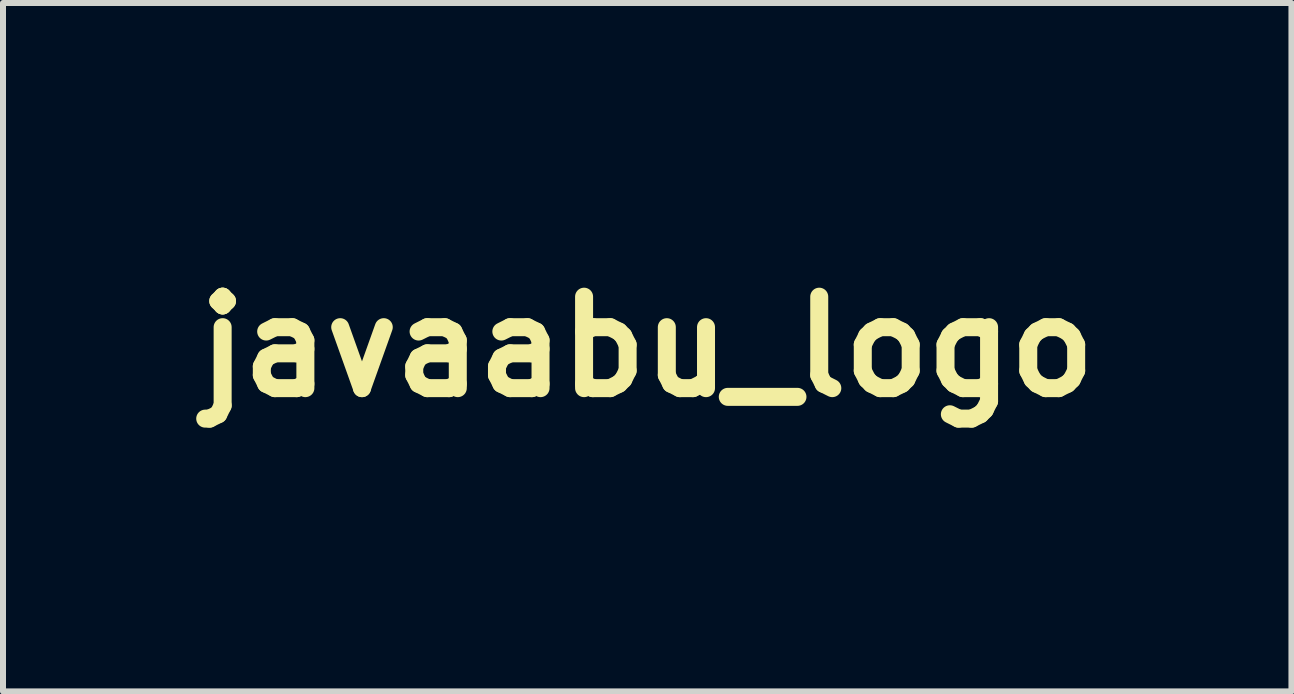
<source format=kicad_pcb>
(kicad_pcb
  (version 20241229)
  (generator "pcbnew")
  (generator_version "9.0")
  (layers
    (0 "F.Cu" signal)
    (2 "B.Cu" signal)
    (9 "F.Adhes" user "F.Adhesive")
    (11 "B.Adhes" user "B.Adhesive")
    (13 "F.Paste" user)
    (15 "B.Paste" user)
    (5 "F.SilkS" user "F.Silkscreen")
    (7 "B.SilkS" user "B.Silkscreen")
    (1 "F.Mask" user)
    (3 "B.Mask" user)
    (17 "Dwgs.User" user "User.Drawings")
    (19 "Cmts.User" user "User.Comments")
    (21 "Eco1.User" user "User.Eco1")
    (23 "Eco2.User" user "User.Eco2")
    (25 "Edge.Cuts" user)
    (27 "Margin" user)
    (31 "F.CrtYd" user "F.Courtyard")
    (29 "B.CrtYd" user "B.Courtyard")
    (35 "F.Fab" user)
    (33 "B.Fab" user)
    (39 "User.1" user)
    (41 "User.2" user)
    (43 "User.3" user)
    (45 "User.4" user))
  (footprint "javaabu_logo"
    (layer "F.Cu")
    (at 7.736 2.729)
    (property "Reference" "javaabu_logo" (at 0 0 0) (layer "F.SilkS") (effects (font (size 1.524 1.524) (thickness 0.3))))
    (attr through_hole)
    (fp_poly (pts (xy 0.629 -0.066) (xy -0.663 -0.066) (xy -0.663 -0.652) (xy 0.629 -0.652) (xy 0.629 -0.066)) (stroke (width 0.01) (type solid)) (fill yes) (layer "F.Mask"))
    (fp_poly (pts (xy -0.87 2.602) (xy -0.867 2.617) (xy -0.875 2.634) (xy -0.885 2.639) (xy -0.893 2.63) (xy -0.895 2.617) (xy -0.889 2.598) (xy -0.876 2.597) (xy -0.87 2.602)) (stroke (width 0.01) (type solid)) (fill yes) (layer "F.Mask"))
    (fp_poly (pts (xy -0.712 2.33) (xy -0.712 2.348) (xy -0.715 2.354) (xy -0.729 2.358) (xy -0.734 2.352) (xy -0.735 2.334) (xy -0.731 2.328) (xy -0.718 2.324) (xy -0.712 2.33)) (stroke (width 0.01) (type solid)) (fill yes) (layer "F.Mask"))
    (fp_poly (pts (xy 0.496 1.943) (xy 0.497 1.948) (xy 0.488 1.963) (xy 0.474 1.966) (xy 0.457 1.96) (xy 0.456 1.952) (xy 0.467 1.938) (xy 0.484 1.935) (xy 0.496 1.943)) (stroke (width 0.01) (type solid)) (fill yes) (layer "F.Mask"))
    (fp_poly (pts (xy 0.904 2.604) (xy 0.906 2.611) (xy 0.899 2.629) (xy 0.886 2.635) (xy 0.879 2.632) (xy 0.872 2.614) (xy 0.879 2.599) (xy 0.889 2.595) (xy 0.904 2.604)) (stroke (width 0.01) (type solid)) (fill yes) (layer "F.Mask"))
    (fp_poly (pts (xy -1.916 0.26) (xy -1.905 0.277) (xy -1.906 0.304) (xy -1.922 0.325) (xy -1.944 0.331) (xy -1.967 0.323) (xy -1.976 0.315) (xy -1.986 0.29) (xy -1.977 0.268) (xy -1.954 0.255) (xy -1.944 0.254) (xy -1.916 0.26)) (stroke (width 0.01) (type solid)) (fill yes) (layer "F.Mask"))
    (fp_poly (pts (xy -1.222 2.02) (xy -1.217 2.032) (xy -1.225 2.046) (xy -1.248 2.063) (xy -1.289 2.087) (xy -1.333 2.109) (xy -1.361 2.119) (xy -1.376 2.117) (xy -1.38 2.105) (xy -1.371 2.092) (xy -1.348 2.074) (xy -1.316 2.055) (xy -1.282 2.037) (xy -1.251 2.024) (xy -1.229 2.019) (xy -1.222 2.02)) (stroke (width 0.01) (type solid)) (fill yes) (layer "F.Mask"))
    (fp_poly (pts (xy 1.374 1.521) (xy 1.38 1.535) (xy 1.371 1.551) (xy 1.343 1.572) (xy 1.316 1.588) (xy 1.267 1.612) (xy 1.234 1.622) (xy 1.217 1.618) (xy 1.215 1.61) (xy 1.224 1.599) (xy 1.247 1.582) (xy 1.278 1.562) (xy 1.312 1.544) (xy 1.343 1.529) (xy 1.366 1.521) (xy 1.374 1.521)) (stroke (width 0.01) (type solid)) (fill yes) (layer "F.Mask"))
    (fp_poly (pts (xy -1.51 2.02) (xy -1.504 2.031) (xy -1.511 2.045) (xy -1.533 2.062) (xy -1.573 2.086) (xy -1.574 2.086) (xy -1.62 2.11) (xy -1.65 2.119) (xy -1.665 2.115) (xy -1.667 2.107) (xy -1.658 2.094) (xy -1.635 2.076) (xy -1.604 2.057) (xy -1.57 2.038) (xy -1.539 2.024) (xy -1.517 2.018) (xy -1.51 2.02)) (stroke (width 0.01) (type solid)) (fill yes) (layer "F.Mask"))
    (fp_poly (pts (xy 0.254 1.574) (xy 0.259 1.587) (xy 0.244 1.605) (xy 0.207 1.629) (xy 0.175 1.646) (xy 0.137 1.665) (xy 0.114 1.675) (xy 0.103 1.676) (xy 0.1 1.669) (xy 0.099 1.659) (xy 0.109 1.645) (xy 0.133 1.626) (xy 0.165 1.606) (xy 0.199 1.588) (xy 0.23 1.576) (xy 0.251 1.573) (xy 0.254 1.574)) (stroke (width 0.01) (type solid)) (fill yes) (layer "F.Mask"))
    (fp_poly (pts (xy 1.407 1.579) (xy 1.411 1.591) (xy 1.4 1.605) (xy 1.374 1.624) (xy 1.328 1.649) (xy 1.323 1.652) (xy 1.284 1.67) (xy 1.261 1.677) (xy 1.25 1.674) (xy 1.248 1.663) (xy 1.257 1.649) (xy 1.28 1.631) (xy 1.312 1.611) (xy 1.347 1.594) (xy 1.378 1.582) (xy 1.401 1.577) (xy 1.407 1.579)) (stroke (width 0.01) (type solid)) (fill yes) (layer "F.Mask"))
    (fp_poly (pts (xy -0.72 2.564) (xy -0.72 2.628) (xy -0.72 2.673) (xy -0.722 2.703) (xy -0.725 2.721) (xy -0.731 2.73) (xy -0.735 2.732) (xy -0.755 2.738) (xy -0.762 2.734) (xy -0.762 2.729) (xy -0.754 2.715) (xy -0.746 2.706) (xy -0.739 2.694) (xy -0.733 2.672) (xy -0.73 2.635) (xy -0.727 2.581) (xy -0.726 2.547) (xy -0.723 2.402) (xy -0.72 2.564)) (stroke (width 0.01) (type solid)) (fill yes) (layer "F.Mask"))
    (fp_poly (pts (xy 1.644 1.575) (xy 1.645 1.584) (xy 1.637 1.595) (xy 1.614 1.613) (xy 1.582 1.633) (xy 1.548 1.653) (xy 1.517 1.669) (xy 1.495 1.678) (xy 1.49 1.679) (xy 1.482 1.669) (xy 1.48 1.657) (xy 1.484 1.639) (xy 1.49 1.634) (xy 1.505 1.629) (xy 1.532 1.616) (xy 1.557 1.601) (xy 1.601 1.578) (xy 1.629 1.569) (xy 1.644 1.575)) (stroke (width 0.01) (type solid)) (fill yes) (layer "F.Mask"))
    (fp_poly (pts (xy -0.109 2.019) (xy -0.106 2.021) (xy -0.102 2.033) (xy -0.113 2.047) (xy -0.139 2.066) (xy -0.185 2.091) (xy -0.19 2.094) (xy -0.227 2.112) (xy -0.25 2.119) (xy -0.264 2.117) (xy -0.271 2.109) (xy -0.275 2.102) (xy -0.275 2.097) (xy -0.268 2.091) (xy -0.251 2.081) (xy -0.22 2.063) (xy -0.194 2.05) (xy -0.152 2.028) (xy -0.125 2.018) (xy -0.109 2.019)) (stroke (width 0.01) (type solid)) (fill yes) (layer "F.Mask"))
    (fp_poly (pts (xy 1.076 1.552) (xy 1.097 1.568) (xy 1.103 1.592) (xy 1.093 1.619) (xy 1.067 1.646) (xy 1.049 1.656) (xy 1.016 1.672) (xy 0.995 1.678) (xy 0.983 1.674) (xy 0.979 1.671) (xy 0.972 1.658) (xy 0.981 1.644) (xy 1.008 1.627) (xy 1.019 1.621) (xy 1.066 1.597) (xy 1.033 1.591) (xy 1.006 1.581) (xy 0.999 1.567) (xy 1.012 1.555) (xy 1.039 1.548) (xy 1.076 1.552)) (stroke (width 0.01) (type solid)) (fill yes) (layer "F.Mask"))
    (fp_poly (pts (xy -1.738 1.551) (xy -1.728 1.557) (xy -1.731 1.569) (xy -1.749 1.588) (xy -1.771 1.614) (xy -1.776 1.628) (xy -1.763 1.634) (xy -1.745 1.634) (xy -1.721 1.64) (xy -1.711 1.653) (xy -1.719 1.667) (xy -1.729 1.672) (xy -1.756 1.678) (xy -1.786 1.671) (xy -1.798 1.667) (xy -1.82 1.653) (xy -1.829 1.641) (xy -1.828 1.616) (xy -1.812 1.589) (xy -1.788 1.565) (xy -1.76 1.551) (xy -1.738 1.551)) (stroke (width 0.01) (type solid)) (fill yes) (layer "F.Mask"))
    (fp_poly (pts (xy -0.328 1.556) (xy -0.323 1.568) (xy -0.333 1.583) (xy -0.345 1.592) (xy -0.369 1.613) (xy -0.373 1.627) (xy -0.356 1.634) (xy -0.342 1.634) (xy -0.318 1.64) (xy -0.309 1.653) (xy -0.317 1.667) (xy -0.327 1.672) (xy -0.355 1.678) (xy -0.386 1.671) (xy -0.394 1.668) (xy -0.419 1.652) (xy -0.425 1.632) (xy -0.414 1.601) (xy -0.414 1.601) (xy -0.392 1.572) (xy -0.366 1.553) (xy -0.341 1.549) (xy -0.328 1.556)) (stroke (width 0.01) (type solid)) (fill yes) (layer "F.Mask"))
    (fp_poly (pts (xy 1.248 -0.577) (xy 1.248 -0.49) (xy 1.247 -0.422) (xy 1.246 -0.37) (xy 1.245 -0.332) (xy 1.242 -0.303) (xy 1.238 -0.281) (xy 1.233 -0.263) (xy 1.226 -0.246) (xy 1.222 -0.237) (xy 1.197 -0.196) (xy 1.164 -0.155) (xy 1.148 -0.14) (xy 1.112 -0.113) (xy 1.074 -0.094) (xy 1.03 -0.08) (xy 0.976 -0.072) (xy 0.907 -0.067) (xy 0.832 -0.066) (xy 0.674 -0.066) (xy 0.674 -0.861) (xy 1.248 -0.861) (xy 1.248 -0.577)) (stroke (width 0.01) (type solid)) (fill yes) (layer "F.Mask"))
    (fp_poly (pts (xy 1.121 2.402) (xy 1.125 2.413) (xy 1.114 2.421) (xy 1.104 2.421) (xy 1.08 2.426) (xy 1.064 2.452) (xy 1.056 2.496) (xy 1.055 2.518) (xy 1.059 2.568) (xy 1.072 2.6) (xy 1.095 2.615) (xy 1.112 2.617) (xy 1.13 2.621) (xy 1.132 2.628) (xy 1.114 2.639) (xy 1.088 2.635) (xy 1.063 2.62) (xy 1.061 2.618) (xy 1.039 2.583) (xy 1.03 2.537) (xy 1.031 2.487) (xy 1.044 2.443) (xy 1.061 2.417) (xy 1.082 2.404) (xy 1.104 2.399) (xy 1.121 2.402)) (stroke (width 0.01) (type solid)) (fill yes) (layer "F.Mask"))
    (fp_poly (pts (xy -0.593 1.552) (xy -0.571 1.569) (xy -0.563 1.599) (xy -0.573 1.628) (xy -0.596 1.653) (xy -0.629 1.671) (xy -0.666 1.678) (xy -0.703 1.672) (xy -0.704 1.671) (xy -0.714 1.657) (xy -0.718 1.634) (xy -0.715 1.623) (xy -0.674 1.623) (xy -0.665 1.633) (xy -0.647 1.633) (xy -0.626 1.625) (xy -0.618 1.618) (xy -0.61 1.601) (xy -0.611 1.594) (xy -0.626 1.592) (xy -0.647 1.6) (xy -0.667 1.612) (xy -0.674 1.623) (xy -0.715 1.623) (xy -0.709 1.603) (xy -0.687 1.577) (xy -0.656 1.558) (xy -0.623 1.549) (xy -0.593 1.552)) (stroke (width 0.01) (type solid)) (fill yes) (layer "F.Mask"))
    (fp_poly (pts (xy -0.03 1.773) (xy -0.023 1.801) (xy -0.031 1.844) (xy -0.037 1.86) (xy -0.055 1.89) (xy -0.076 1.899) (xy -0.077 1.899) (xy -0.094 1.896) (xy -0.098 1.882) (xy -0.088 1.855) (xy -0.082 1.843) (xy -0.065 1.809) (xy -0.112 1.842) (xy -0.156 1.87) (xy -0.196 1.892) (xy -0.227 1.907) (xy -0.242 1.911) (xy -0.257 1.902) (xy -0.26 1.899) (xy -0.262 1.884) (xy -0.249 1.868) (xy -0.217 1.848) (xy -0.206 1.843) (xy -0.167 1.82) (xy -0.127 1.793) (xy -0.119 1.787) (xy -0.08 1.763) (xy -0.05 1.759) (xy -0.03 1.773)) (stroke (width 0.01) (type solid)) (fill yes) (layer "F.Mask"))
    (fp_poly (pts (xy -1.986 1.553) (xy -1.969 1.576) (xy -1.966 1.597) (xy -1.97 1.626) (xy -1.986 1.646) (xy -2.002 1.657) (xy -2.047 1.675) (xy -2.091 1.676) (xy -2.107 1.671) (xy -2.12 1.656) (xy -2.12 1.63) (xy -2.117 1.623) (xy -2.076 1.623) (xy -2.068 1.633) (xy -2.049 1.633) (xy -2.029 1.625) (xy -2.021 1.618) (xy -2.012 1.601) (xy -2.014 1.594) (xy -2.028 1.592) (xy -2.05 1.6) (xy -2.069 1.612) (xy -2.076 1.623) (xy -2.117 1.623) (xy -2.108 1.601) (xy -2.087 1.575) (xy -2.086 1.575) (xy -2.049 1.552) (xy -2.014 1.545) (xy -1.986 1.553)) (stroke (width 0.01) (type solid)) (fill yes) (layer "F.Mask"))
    (fp_poly (pts (xy -0.239 2.408) (xy -0.239 2.42) (xy -0.244 2.449) (xy -0.252 2.489) (xy -0.259 2.518) (xy -0.274 2.575) (xy -0.287 2.61) (xy -0.299 2.624) (xy -0.31 2.616) (xy -0.323 2.586) (xy -0.337 2.534) (xy -0.34 2.522) (xy -0.35 2.476) (xy -0.356 2.439) (xy -0.359 2.415) (xy -0.358 2.409) (xy -0.349 2.41) (xy -0.338 2.431) (xy -0.327 2.474) (xy -0.321 2.502) (xy -0.313 2.538) (xy -0.305 2.564) (xy -0.299 2.573) (xy -0.293 2.563) (xy -0.285 2.537) (xy -0.277 2.504) (xy -0.266 2.453) (xy -0.254 2.42) (xy -0.244 2.407) (xy -0.239 2.408)) (stroke (width 0.01) (type solid)) (fill yes) (layer "F.Mask"))
    (fp_poly (pts (xy 0.596 1.553) (xy 0.615 1.572) (xy 0.616 1.6) (xy 0.599 1.632) (xy 0.586 1.646) (xy 0.553 1.67) (xy 0.518 1.68) (xy 0.486 1.676) (xy 0.464 1.657) (xy 0.464 1.656) (xy 0.457 1.629) (xy 0.457 1.623) (xy 0.508 1.623) (xy 0.513 1.633) (xy 0.532 1.632) (xy 0.553 1.623) (xy 0.57 1.61) (xy 0.574 1.601) (xy 0.566 1.592) (xy 0.547 1.591) (xy 0.527 1.599) (xy 0.521 1.604) (xy 0.508 1.623) (xy 0.457 1.623) (xy 0.458 1.612) (xy 0.476 1.586) (xy 0.507 1.562) (xy 0.543 1.548) (xy 0.56 1.546) (xy 0.596 1.553)) (stroke (width 0.01) (type solid)) (fill yes) (layer "F.Mask"))
    (fp_poly (pts (xy -2.079 1.766) (xy -2.078 1.777) (xy -2.073 1.8) (xy -2.06 1.816) (xy -2.045 1.829) (xy -2.046 1.839) (xy -2.063 1.855) (xy -2.063 1.855) (xy -2.078 1.871) (xy -2.077 1.881) (xy -2.056 1.887) (xy -2.032 1.891) (xy -2.011 1.899) (xy -2.004 1.911) (xy -2.014 1.924) (xy -2.042 1.929) (xy -2.083 1.926) (xy -2.087 1.925) (xy -2.132 1.917) (xy -2.158 1.907) (xy -2.165 1.894) (xy -2.155 1.876) (xy -2.141 1.86) (xy -2.118 1.835) (xy -2.141 1.828) (xy -2.161 1.816) (xy -2.16 1.799) (xy -2.14 1.777) (xy -2.112 1.76) (xy -2.09 1.757) (xy -2.079 1.766)) (stroke (width 0.01) (type solid)) (fill yes) (layer "F.Mask"))
    (fp_poly (pts (xy -1.273 -1.309) (xy -1.245 -1.293) (xy -1.203 -1.27) (xy -1.149 -1.239) (xy -1.085 -1.203) (xy -1.015 -1.163) (xy -0.994 -1.15) (xy -0.712 -0.987) (xy -0.709 -0.527) (xy -0.707 -0.066) (xy -0.875 -0.067) (xy -0.937 -0.068) (xy -0.993 -0.07) (xy -1.039 -0.073) (xy -1.071 -0.077) (xy -1.078 -0.078) (xy -1.14 -0.106) (xy -1.197 -0.15) (xy -1.243 -0.204) (xy -1.253 -0.221) (xy -1.287 -0.282) (xy -1.29 -0.798) (xy -1.29 -0.902) (xy -1.29 -1) (xy -1.29 -1.088) (xy -1.289 -1.164) (xy -1.288 -1.228) (xy -1.287 -1.275) (xy -1.286 -1.304) (xy -1.284 -1.314) (xy -1.273 -1.309)) (stroke (width 0.01) (type solid)) (fill yes) (layer "F.Mask"))
    (fp_poly (pts (xy -1.446 1.751) (xy -1.418 1.762) (xy -1.404 1.782) (xy -1.404 1.782) (xy -1.408 1.804) (xy -1.427 1.828) (xy -1.463 1.856) (xy -1.518 1.889) (xy -1.564 1.914) (xy -1.595 1.927) (xy -1.614 1.931) (xy -1.626 1.925) (xy -1.631 1.915) (xy -1.632 1.898) (xy -1.619 1.884) (xy -1.589 1.871) (xy -1.579 1.868) (xy -1.544 1.854) (xy -1.51 1.836) (xy -1.483 1.818) (xy -1.469 1.804) (xy -1.469 1.801) (xy -1.478 1.796) (xy -1.503 1.796) (xy -1.514 1.797) (xy -1.543 1.8) (xy -1.555 1.796) (xy -1.556 1.785) (xy -1.555 1.782) (xy -1.542 1.763) (xy -1.514 1.751) (xy -1.48 1.747) (xy -1.446 1.751)) (stroke (width 0.01) (type solid)) (fill yes) (layer "F.Mask"))
    (fp_poly (pts (xy 2.057 1.671) (xy 2.081 1.679) (xy 2.086 1.682) (xy 2.093 1.699) (xy 2.082 1.706) (xy 2.05 1.706) (xy 2.037 1.704) (xy 2.004 1.702) (xy 1.981 1.71) (xy 1.967 1.721) (xy 1.948 1.755) (xy 1.946 1.795) (xy 1.962 1.832) (xy 1.976 1.848) (xy 1.993 1.854) (xy 2.022 1.853) (xy 2.033 1.852) (xy 2.065 1.85) (xy 2.087 1.852) (xy 2.092 1.855) (xy 2.091 1.869) (xy 2.074 1.881) (xy 2.046 1.891) (xy 2.014 1.895) (xy 1.984 1.893) (xy 1.971 1.89) (xy 1.933 1.863) (xy 1.911 1.822) (xy 1.905 1.776) (xy 1.913 1.726) (xy 1.936 1.692) (xy 1.975 1.673) (xy 2.02 1.668) (xy 2.057 1.671)) (stroke (width 0.01) (type solid)) (fill yes) (layer "F.Mask"))
    (fp_poly (pts (xy 0.291 1.753) (xy 0.298 1.767) (xy 0.289 1.779) (xy 0.268 1.793) (xy 0.263 1.796) (xy 0.241 1.808) (xy 0.238 1.817) (xy 0.246 1.824) (xy 0.258 1.84) (xy 0.257 1.851) (xy 0.247 1.862) (xy 0.225 1.864) (xy 0.208 1.862) (xy 0.181 1.86) (xy 0.156 1.866) (xy 0.127 1.883) (xy 0.113 1.893) (xy 0.068 1.922) (xy 0.035 1.937) (xy 0.012 1.937) (xy 0.002 1.93) (xy -0.005 1.916) (xy 0.001 1.902) (xy 0.023 1.886) (xy 0.061 1.866) (xy 0.099 1.843) (xy 0.117 1.821) (xy 0.119 1.814) (xy 0.127 1.795) (xy 0.148 1.789) (xy 0.156 1.789) (xy 0.187 1.784) (xy 0.223 1.771) (xy 0.233 1.767) (xy 0.269 1.752) (xy 0.291 1.753)) (stroke (width 0.01) (type solid)) (fill yes) (layer "F.Mask"))
    (fp_poly (pts (xy 0.364 -2.647) (xy 0.387 -2.63) (xy 0.42 -2.604) (xy 0.461 -2.57) (xy 0.507 -2.532) (xy 0.555 -2.491) (xy 0.602 -2.451) (xy 0.645 -2.413) (xy 0.682 -2.38) (xy 0.709 -2.355) (xy 0.71 -2.354) (xy 0.718 -2.344) (xy 0.719 -2.334) (xy 0.711 -2.322) (xy 0.689 -2.304) (xy 0.653 -2.276) (xy 0.644 -2.269) (xy 0.602 -2.238) (xy 0.562 -2.208) (xy 0.531 -2.185) (xy 0.522 -2.178) (xy 0.498 -2.162) (xy 0.485 -2.161) (xy 0.481 -2.166) (xy 0.474 -2.19) (xy 0.462 -2.229) (xy 0.449 -2.28) (xy 0.433 -2.338) (xy 0.417 -2.401) (xy 0.401 -2.463) (xy 0.385 -2.523) (xy 0.372 -2.575) (xy 0.363 -2.616) (xy 0.357 -2.643) (xy 0.356 -2.651) (xy 0.364 -2.647)) (stroke (width 0.01) (type solid)) (fill yes) (layer "F.Mask"))
    (fp_poly (pts (xy 1.334 1.758) (xy 1.354 1.776) (xy 1.358 1.801) (xy 1.344 1.829) (xy 1.333 1.841) (xy 1.306 1.862) (xy 1.269 1.886) (xy 1.227 1.911) (xy 1.186 1.933) (xy 1.152 1.948) (xy 1.13 1.955) (xy 1.129 1.955) (xy 1.108 1.948) (xy 1.104 1.935) (xy 1.113 1.918) (xy 1.142 1.9) (xy 1.165 1.889) (xy 1.198 1.875) (xy 1.215 1.864) (xy 1.218 1.853) (xy 1.214 1.842) (xy 1.208 1.811) (xy 1.264 1.811) (xy 1.267 1.821) (xy 1.274 1.822) (xy 1.293 1.816) (xy 1.298 1.811) (xy 1.295 1.802) (xy 1.288 1.8) (xy 1.269 1.807) (xy 1.264 1.811) (xy 1.208 1.811) (xy 1.208 1.811) (xy 1.221 1.782) (xy 1.252 1.761) (xy 1.262 1.757) (xy 1.303 1.75) (xy 1.334 1.758)) (stroke (width 0.01) (type solid)) (fill yes) (layer "F.Mask"))
    (fp_poly (pts (xy -0.333 1.758) (xy -0.314 1.776) (xy -0.309 1.801) (xy -0.323 1.829) (xy -0.334 1.841) (xy -0.36 1.861) (xy -0.397 1.885) (xy -0.439 1.909) (xy -0.48 1.931) (xy -0.515 1.947) (xy -0.538 1.955) (xy -0.54 1.955) (xy -0.56 1.947) (xy -0.563 1.935) (xy -0.554 1.918) (xy -0.526 1.9) (xy -0.503 1.889) (xy -0.469 1.875) (xy -0.453 1.864) (xy -0.449 1.853) (xy -0.454 1.842) (xy -0.458 1.819) (xy -0.405 1.819) (xy -0.395 1.822) (xy -0.394 1.822) (xy -0.375 1.816) (xy -0.37 1.812) (xy -0.369 1.799) (xy -0.38 1.795) (xy -0.395 1.803) (xy -0.398 1.806) (xy -0.405 1.819) (xy -0.458 1.819) (xy -0.46 1.811) (xy -0.446 1.782) (xy -0.416 1.761) (xy -0.405 1.757) (xy -0.365 1.75) (xy -0.333 1.758)) (stroke (width 0.01) (type solid)) (fill yes) (layer "F.Mask"))
    (fp_poly (pts (xy 0.527 1.764) (xy 0.529 1.781) (xy 0.519 1.795) (xy 0.514 1.808) (xy 0.521 1.819) (xy 0.529 1.835) (xy 0.519 1.848) (xy 0.5 1.869) (xy 0.49 1.883) (xy 0.474 1.9) (xy 0.444 1.922) (xy 0.406 1.947) (xy 0.365 1.969) (xy 0.328 1.987) (xy 0.307 1.994) (xy 0.281 1.996) (xy 0.27 1.984) (xy 0.269 1.96) (xy 0.282 1.945) (xy 0.291 1.944) (xy 0.307 1.939) (xy 0.336 1.928) (xy 0.362 1.916) (xy 0.396 1.899) (xy 0.412 1.886) (xy 0.416 1.873) (xy 0.414 1.866) (xy 0.413 1.846) (xy 0.43 1.837) (xy 0.45 1.827) (xy 0.449 1.813) (xy 0.44 1.803) (xy 0.437 1.792) (xy 0.453 1.778) (xy 0.462 1.773) (xy 0.49 1.761) (xy 0.512 1.756) (xy 0.513 1.756) (xy 0.527 1.764)) (stroke (width 0.01) (type solid)) (fill yes) (layer "F.Mask"))
    (fp_poly (pts (xy 0.734 2.418) (xy 0.738 2.447) (xy 0.74 2.492) (xy 0.74 2.517) (xy 0.74 2.568) (xy 0.738 2.6) (xy 0.734 2.618) (xy 0.728 2.625) (xy 0.721 2.627) (xy 0.694 2.63) (xy 0.678 2.634) (xy 0.65 2.632) (xy 0.637 2.623) (xy 0.627 2.608) (xy 0.622 2.584) (xy 0.619 2.546) (xy 0.618 2.506) (xy 0.62 2.459) (xy 0.623 2.425) (xy 0.628 2.409) (xy 0.629 2.407) (xy 0.635 2.418) (xy 0.639 2.446) (xy 0.64 2.488) (xy 0.641 2.495) (xy 0.641 2.549) (xy 0.645 2.585) (xy 0.652 2.606) (xy 0.663 2.616) (xy 0.674 2.617) (xy 0.695 2.61) (xy 0.708 2.588) (xy 0.716 2.548) (xy 0.718 2.491) (xy 0.719 2.449) (xy 0.723 2.42) (xy 0.728 2.408) (xy 0.729 2.407) (xy 0.734 2.418)) (stroke (width 0.01) (type solid)) (fill yes) (layer "F.Mask"))
    (fp_poly (pts (xy 1.321 2.401) (xy 1.349 2.418) (xy 1.363 2.431) (xy 1.371 2.449) (xy 1.374 2.476) (xy 1.375 2.518) (xy 1.374 2.561) (xy 1.37 2.588) (xy 1.362 2.605) (xy 1.349 2.618) (xy 1.316 2.637) (xy 1.286 2.634) (xy 1.263 2.616) (xy 1.25 2.588) (xy 1.242 2.547) (xy 1.241 2.502) (xy 1.262 2.502) (xy 1.262 2.531) (xy 1.271 2.575) (xy 1.286 2.604) (xy 1.305 2.616) (xy 1.326 2.609) (xy 1.344 2.584) (xy 1.356 2.547) (xy 1.357 2.507) (xy 1.35 2.469) (xy 1.336 2.44) (xy 1.316 2.425) (xy 1.309 2.424) (xy 1.286 2.434) (xy 1.269 2.461) (xy 1.262 2.502) (xy 1.241 2.502) (xy 1.241 2.5) (xy 1.247 2.457) (xy 1.259 2.425) (xy 1.263 2.42) (xy 1.291 2.4) (xy 1.321 2.401)) (stroke (width 0.01) (type solid)) (fill yes) (layer "F.Mask"))
    (fp_poly (pts (xy -1.173 1.762) (xy -1.165 1.775) (xy -1.166 1.782) (xy -1.165 1.792) (xy -1.148 1.793) (xy -1.144 1.792) (xy -1.119 1.79) (xy -1.114 1.798) (xy -1.126 1.814) (xy -1.156 1.838) (xy -1.202 1.868) (xy -1.245 1.894) (xy -1.293 1.922) (xy -1.334 1.945) (xy -1.364 1.963) (xy -1.379 1.972) (xy -1.381 1.972) (xy -1.394 1.97) (xy -1.405 1.965) (xy -1.417 1.949) (xy -1.415 1.931) (xy -1.4 1.922) (xy -1.397 1.922) (xy -1.38 1.917) (xy -1.352 1.904) (xy -1.318 1.888) (xy -1.286 1.87) (xy -1.261 1.854) (xy -1.248 1.844) (xy -1.248 1.842) (xy -1.257 1.835) (xy -1.276 1.833) (xy -1.298 1.829) (xy -1.301 1.818) (xy -1.285 1.803) (xy -1.267 1.794) (xy -1.237 1.779) (xy -1.214 1.766) (xy -1.214 1.765) (xy -1.192 1.758) (xy -1.173 1.762)) (stroke (width 0.01) (type solid)) (fill yes) (layer "F.Mask"))
    (fp_poly (pts (xy 0.493 -1.94) (xy 0.497 -1.928) (xy 0.506 -1.899) (xy 0.519 -1.855) (xy 0.534 -1.799) (xy 0.551 -1.736) (xy 0.57 -1.668) (xy 0.588 -1.6) (xy 0.606 -1.533) (xy 0.622 -1.472) (xy 0.635 -1.42) (xy 0.645 -1.381) (xy 0.651 -1.357) (xy 0.651 -1.352) (xy 0.643 -1.343) (xy 0.62 -1.323) (xy 0.587 -1.296) (xy 0.547 -1.264) (xy 0.504 -1.231) (xy 0.461 -1.199) (xy 0.422 -1.171) (xy 0.392 -1.15) (xy 0.372 -1.139) (xy 0.369 -1.138) (xy 0.357 -1.143) (xy 0.329 -1.158) (xy 0.286 -1.182) (xy 0.233 -1.212) (xy 0.17 -1.248) (xy 0.101 -1.288) (xy 0.091 -1.294) (xy -0.178 -1.45) (xy 0.155 -1.697) (xy 0.23 -1.753) (xy 0.3 -1.804) (xy 0.361 -1.849) (xy 0.414 -1.886) (xy 0.454 -1.915) (xy 0.481 -1.933) (xy 0.493 -1.94) (xy 0.493 -1.94)) (stroke (width 0.01) (type solid)) (fill yes) (layer "F.Mask"))
    (fp_poly (pts (xy 1.082 1.761) (xy 1.092 1.788) (xy 1.091 1.799) (xy 1.078 1.825) (xy 1.049 1.847) (xy 1.009 1.865) (xy 0.965 1.875) (xy 0.923 1.876) (xy 0.897 1.87) (xy 0.886 1.855) (xy 0.884 1.829) (xy 0.886 1.821) (xy 0.93 1.821) (xy 0.933 1.832) (xy 0.939 1.831) (xy 0.955 1.818) (xy 1.009 1.818) (xy 1.016 1.822) (xy 1.035 1.813) (xy 1.038 1.812) (xy 1.048 1.799) (xy 1.046 1.793) (xy 1.033 1.793) (xy 1.019 1.804) (xy 1.009 1.818) (xy 0.955 1.818) (xy 0.956 1.817) (xy 0.959 1.812) (xy 0.956 1.802) (xy 0.949 1.802) (xy 0.932 1.816) (xy 0.93 1.821) (xy 0.886 1.821) (xy 0.892 1.8) (xy 0.907 1.777) (xy 0.935 1.76) (xy 0.959 1.76) (xy 0.991 1.76) (xy 1.024 1.753) (xy 1.059 1.748) (xy 1.082 1.761)) (stroke (width 0.01) (type solid)) (fill yes) (layer "F.Mask"))
    (fp_poly (pts (xy 0.195 2.403) (xy 0.21 2.427) (xy 0.218 2.469) (xy 0.221 2.529) (xy 0.22 2.576) (xy 0.218 2.605) (xy 0.214 2.621) (xy 0.207 2.626) (xy 0.202 2.627) (xy 0.175 2.63) (xy 0.16 2.634) (xy 0.133 2.632) (xy 0.118 2.62) (xy 0.1 2.586) (xy 0.1 2.582) (xy 0.125 2.582) (xy 0.135 2.604) (xy 0.152 2.616) (xy 0.171 2.613) (xy 0.187 2.596) (xy 0.196 2.568) (xy 0.199 2.546) (xy 0.196 2.525) (xy 0.182 2.519) (xy 0.169 2.52) (xy 0.141 2.531) (xy 0.128 2.553) (xy 0.125 2.582) (xy 0.1 2.582) (xy 0.101 2.552) (xy 0.119 2.522) (xy 0.151 2.503) (xy 0.16 2.501) (xy 0.187 2.492) (xy 0.198 2.478) (xy 0.199 2.47) (xy 0.192 2.437) (xy 0.173 2.422) (xy 0.15 2.423) (xy 0.128 2.424) (xy 0.122 2.417) (xy 0.133 2.406) (xy 0.139 2.403) (xy 0.171 2.396) (xy 0.195 2.403)) (stroke (width 0.01) (type solid)) (fill yes) (layer "F.Mask"))
    (fp_poly (pts (xy -1.938 0.458) (xy -1.926 0.464) (xy -1.921 0.471) (xy -1.918 0.483) (xy -1.915 0.502) (xy -1.913 0.532) (xy -1.912 0.574) (xy -1.912 0.631) (xy -1.912 0.705) (xy -1.913 0.799) (xy -1.913 0.807) (xy -1.914 0.901) (xy -1.915 0.976) (xy -1.916 1.034) (xy -1.918 1.077) (xy -1.92 1.108) (xy -1.923 1.13) (xy -1.927 1.146) (xy -1.933 1.157) (xy -1.939 1.167) (xy -1.984 1.212) (xy -2.036 1.239) (xy -2.091 1.249) (xy -2.146 1.239) (xy -2.173 1.226) (xy -2.2 1.206) (xy -2.207 1.191) (xy -2.197 1.175) (xy -2.194 1.172) (xy -2.177 1.166) (xy -2.151 1.171) (xy -2.137 1.177) (xy -2.087 1.188) (xy -2.044 1.179) (xy -2.005 1.148) (xy -2.005 1.147) (xy -1.977 1.114) (xy -1.977 0.788) (xy -1.977 0.694) (xy -1.976 0.619) (xy -1.975 0.561) (xy -1.974 0.519) (xy -1.972 0.49) (xy -1.969 0.471) (xy -1.965 0.461) (xy -1.96 0.457) (xy -1.938 0.458)) (stroke (width 0.01) (type solid)) (fill yes) (layer "F.Mask"))
    (fp_poly (pts (xy 1.643 1.761) (xy 1.648 1.787) (xy 1.647 1.811) (xy 1.636 1.851) (xy 1.608 1.877) (xy 1.564 1.888) (xy 1.55 1.888) (xy 1.509 1.893) (xy 1.48 1.91) (xy 1.478 1.912) (xy 1.462 1.93) (xy 1.462 1.94) (xy 1.475 1.951) (xy 1.502 1.96) (xy 1.544 1.959) (xy 1.548 1.959) (xy 1.58 1.956) (xy 1.596 1.958) (xy 1.601 1.967) (xy 1.601 1.974) (xy 1.593 1.996) (xy 1.566 2.006) (xy 1.521 2.006) (xy 1.476 1.999) (xy 1.436 1.985) (xy 1.416 1.963) (xy 1.417 1.933) (xy 1.438 1.893) (xy 1.455 1.871) (xy 1.488 1.838) (xy 1.515 1.823) (xy 1.535 1.827) (xy 1.541 1.833) (xy 1.555 1.842) (xy 1.574 1.844) (xy 1.589 1.838) (xy 1.59 1.833) (xy 1.581 1.821) (xy 1.563 1.811) (xy 1.541 1.798) (xy 1.536 1.784) (xy 1.548 1.774) (xy 1.549 1.774) (xy 1.568 1.768) (xy 1.597 1.759) (xy 1.598 1.759) (xy 1.627 1.753) (xy 1.643 1.761)) (stroke (width 0.01) (type solid)) (fill yes) (layer "F.Mask"))
    (fp_poly (pts (xy -0.5 2.403) (xy -0.488 2.421) (xy -0.481 2.456) (xy -0.478 2.509) (xy -0.477 2.522) (xy -0.476 2.571) (xy -0.477 2.602) (xy -0.48 2.618) (xy -0.486 2.623) (xy -0.49 2.622) (xy -0.508 2.623) (xy -0.513 2.628) (xy -0.531 2.638) (xy -0.555 2.636) (xy -0.575 2.622) (xy -0.588 2.591) (xy -0.587 2.579) (xy -0.568 2.579) (xy -0.564 2.594) (xy -0.545 2.615) (xy -0.522 2.613) (xy -0.51 2.604) (xy -0.501 2.584) (xy -0.497 2.555) (xy -0.497 2.554) (xy -0.5 2.529) (xy -0.511 2.519) (xy -0.519 2.518) (xy -0.544 2.527) (xy -0.562 2.551) (xy -0.568 2.579) (xy -0.587 2.579) (xy -0.586 2.554) (xy -0.571 2.523) (xy -0.564 2.516) (xy -0.538 2.501) (xy -0.517 2.496) (xy -0.502 2.492) (xy -0.498 2.476) (xy -0.499 2.46) (xy -0.504 2.435) (xy -0.516 2.426) (xy -0.538 2.426) (xy -0.566 2.423) (xy -0.573 2.416) (xy -0.56 2.406) (xy -0.545 2.401) (xy -0.518 2.397) (xy -0.5 2.403)) (stroke (width 0.01) (type solid)) (fill yes) (layer "F.Mask"))
    (fp_poly (pts (xy -0.047 2.403) (xy -0.035 2.421) (xy -0.028 2.456) (xy -0.025 2.509) (xy -0.024 2.522) (xy -0.023 2.571) (xy -0.024 2.602) (xy -0.028 2.618) (xy -0.034 2.623) (xy -0.037 2.622) (xy -0.055 2.623) (xy -0.06 2.628) (xy -0.078 2.638) (xy -0.102 2.636) (xy -0.122 2.622) (xy -0.135 2.591) (xy -0.135 2.579) (xy -0.115 2.579) (xy -0.111 2.594) (xy -0.092 2.615) (xy -0.069 2.613) (xy -0.057 2.604) (xy -0.048 2.584) (xy -0.044 2.555) (xy -0.044 2.554) (xy -0.047 2.529) (xy -0.058 2.519) (xy -0.066 2.518) (xy -0.091 2.527) (xy -0.109 2.551) (xy -0.115 2.579) (xy -0.135 2.579) (xy -0.134 2.554) (xy -0.118 2.523) (xy -0.111 2.516) (xy -0.085 2.501) (xy -0.064 2.496) (xy -0.05 2.492) (xy -0.045 2.476) (xy -0.046 2.46) (xy -0.051 2.435) (xy -0.063 2.426) (xy -0.086 2.426) (xy -0.113 2.423) (xy -0.12 2.416) (xy -0.108 2.406) (xy -0.092 2.401) (xy -0.065 2.397) (xy -0.047 2.403)) (stroke (width 0.01) (type solid)) (fill yes) (layer "F.Mask"))
    (fp_poly (pts (xy 2.08 1.605) (xy 2.129 1.634) (xy 2.168 1.68) (xy 2.17 1.683) (xy 2.193 1.74) (xy 2.196 1.796) (xy 2.182 1.849) (xy 2.155 1.895) (xy 2.116 1.932) (xy 2.068 1.957) (xy 2.014 1.966) (xy 1.957 1.957) (xy 1.938 1.95) (xy 1.887 1.917) (xy 1.851 1.871) (xy 1.83 1.816) (xy 1.829 1.771) (xy 1.858 1.771) (xy 1.863 1.83) (xy 1.888 1.879) (xy 1.931 1.917) (xy 1.944 1.924) (xy 1.99 1.941) (xy 2.034 1.94) (xy 2.069 1.929) (xy 2.109 1.903) (xy 2.144 1.865) (xy 2.167 1.823) (xy 2.17 1.812) (xy 2.171 1.76) (xy 2.153 1.71) (xy 2.121 1.665) (xy 2.078 1.633) (xy 2.039 1.619) (xy 1.994 1.62) (xy 1.946 1.635) (xy 1.904 1.66) (xy 1.882 1.684) (xy 1.869 1.713) (xy 1.86 1.752) (xy 1.858 1.771) (xy 1.829 1.771) (xy 1.828 1.758) (xy 1.842 1.709) (xy 1.875 1.656) (xy 1.92 1.619) (xy 1.972 1.598) (xy 2.026 1.594) (xy 2.08 1.605)) (stroke (width 0.01) (type solid)) (fill yes) (layer "F.Mask"))
    (fp_poly (pts (xy -1.012 2.408) (xy -1.012 2.42) (xy -1.017 2.449) (xy -1.025 2.489) (xy -1.031 2.517) (xy -1.046 2.573) (xy -1.06 2.61) (xy -1.072 2.626) (xy -1.082 2.621) (xy -1.087 2.604) (xy -1.093 2.58) (xy -1.101 2.543) (xy -1.108 2.512) (xy -1.122 2.446) (xy -1.136 2.518) (xy -1.149 2.577) (xy -1.16 2.614) (xy -1.17 2.629) (xy -1.181 2.623) (xy -1.193 2.594) (xy -1.206 2.544) (xy -1.211 2.521) (xy -1.22 2.475) (xy -1.227 2.438) (xy -1.23 2.414) (xy -1.23 2.408) (xy -1.22 2.41) (xy -1.21 2.432) (xy -1.199 2.472) (xy -1.191 2.51) (xy -1.183 2.548) (xy -1.176 2.567) (xy -1.169 2.566) (xy -1.161 2.543) (xy -1.152 2.5) (xy -1.149 2.482) (xy -1.139 2.44) (xy -1.129 2.414) (xy -1.121 2.407) (xy -1.111 2.418) (xy -1.101 2.447) (xy -1.093 2.482) (xy -1.083 2.532) (xy -1.075 2.561) (xy -1.068 2.569) (xy -1.061 2.556) (xy -1.053 2.524) (xy -1.05 2.51) (xy -1.04 2.458) (xy -1.029 2.423) (xy -1.018 2.407) (xy -1.012 2.408)) (stroke (width 0.01) (type solid)) (fill yes) (layer "F.Mask"))
    (fp_poly (pts (xy -0.567 0.456) (xy -0.562 0.466) (xy -0.564 0.485) (xy -0.573 0.516) (xy -0.589 0.56) (xy -0.613 0.619) (xy -0.645 0.694) (xy -0.675 0.764) (xy -0.716 0.857) (xy -0.749 0.931) (xy -0.776 0.987) (xy -0.797 1.026) (xy -0.815 1.05) (xy -0.83 1.06) (xy -0.843 1.058) (xy -0.856 1.043) (xy -0.869 1.019) (xy -0.884 0.986) (xy -0.943 0.855) (xy -0.992 0.743) (xy -1.032 0.649) (xy -1.062 0.573) (xy -1.083 0.517) (xy -1.095 0.48) (xy -1.097 0.463) (xy -1.096 0.462) (xy -1.084 0.454) (xy -1.072 0.454) (xy -1.059 0.465) (xy -1.042 0.487) (xy -1.022 0.524) (xy -0.997 0.576) (xy -0.966 0.645) (xy -0.939 0.707) (xy -0.91 0.775) (xy -0.883 0.835) (xy -0.86 0.886) (xy -0.843 0.923) (xy -0.832 0.945) (xy -0.828 0.95) (xy -0.823 0.94) (xy -0.809 0.913) (xy -0.79 0.871) (xy -0.766 0.817) (xy -0.738 0.754) (xy -0.718 0.707) (xy -0.679 0.619) (xy -0.648 0.551) (xy -0.624 0.502) (xy -0.606 0.471) (xy -0.594 0.458) (xy -0.593 0.457) (xy -0.577 0.454) (xy -0.567 0.456)) (stroke (width 0.01) (type solid)) (fill yes) (layer "F.Mask"))
    (fp_poly (pts (xy 0.371 2.318) (xy 0.375 2.343) (xy 0.375 2.362) (xy 0.375 2.417) (xy 0.409 2.404) (xy 0.434 2.397) (xy 0.453 2.404) (xy 0.467 2.416) (xy 0.48 2.434) (xy 0.488 2.455) (xy 0.491 2.488) (xy 0.491 2.517) (xy 0.49 2.563) (xy 0.484 2.593) (xy 0.473 2.613) (xy 0.47 2.616) (xy 0.448 2.635) (xy 0.425 2.636) (xy 0.409 2.631) (xy 0.389 2.618) (xy 0.384 2.613) (xy 0.377 2.608) (xy 0.376 2.615) (xy 0.369 2.627) (xy 0.364 2.628) (xy 0.36 2.618) (xy 0.356 2.587) (xy 0.354 2.538) (xy 0.354 2.517) (xy 0.375 2.517) (xy 0.38 2.561) (xy 0.394 2.593) (xy 0.412 2.611) (xy 0.433 2.613) (xy 0.453 2.597) (xy 0.461 2.584) (xy 0.473 2.54) (xy 0.472 2.489) (xy 0.464 2.458) (xy 0.447 2.43) (xy 0.426 2.421) (xy 0.406 2.429) (xy 0.389 2.452) (xy 0.378 2.487) (xy 0.375 2.517) (xy 0.354 2.517) (xy 0.353 2.473) (xy 0.353 2.468) (xy 0.354 2.402) (xy 0.356 2.352) (xy 0.36 2.32) (xy 0.364 2.308) (xy 0.364 2.308) (xy 0.371 2.318)) (stroke (width 0.01) (type solid)) (fill yes) (layer "F.Mask"))
    (fp_poly (pts (xy -1.53 2.417) (xy -1.52 2.444) (xy -1.509 2.482) (xy -1.505 2.499) (xy -1.484 2.59) (xy -1.465 2.499) (xy -1.452 2.447) (xy -1.44 2.417) (xy -1.429 2.41) (xy -1.418 2.424) (xy -1.408 2.46) (xy -1.403 2.49) (xy -1.395 2.53) (xy -1.388 2.559) (xy -1.382 2.573) (xy -1.381 2.573) (xy -1.376 2.563) (xy -1.368 2.537) (xy -1.359 2.5) (xy -1.358 2.494) (xy -1.348 2.455) (xy -1.338 2.425) (xy -1.33 2.411) (xy -1.329 2.411) (xy -1.327 2.419) (xy -1.329 2.443) (xy -1.335 2.478) (xy -1.343 2.518) (xy -1.352 2.558) (xy -1.361 2.593) (xy -1.369 2.617) (xy -1.373 2.624) (xy -1.384 2.627) (xy -1.395 2.611) (xy -1.406 2.574) (xy -1.413 2.538) (xy -1.421 2.498) (xy -1.428 2.478) (xy -1.436 2.478) (xy -1.443 2.498) (xy -1.453 2.54) (xy -1.458 2.565) (xy -1.468 2.606) (xy -1.479 2.625) (xy -1.491 2.622) (xy -1.503 2.597) (xy -1.515 2.551) (xy -1.517 2.542) (xy -1.527 2.498) (xy -1.536 2.46) (xy -1.542 2.434) (xy -1.542 2.432) (xy -1.543 2.413) (xy -1.537 2.407) (xy -1.53 2.417)) (stroke (width 0.01) (type solid)) (fill yes) (layer "F.Mask"))
    (fp_poly (pts (xy 1.686 2.4) (xy 1.699 2.413) (xy 1.707 2.439) (xy 1.71 2.48) (xy 1.71 2.528) (xy 1.708 2.634) (xy 1.702 2.54) (xy 1.697 2.485) (xy 1.691 2.449) (xy 1.682 2.428) (xy 1.67 2.42) (xy 1.662 2.419) (xy 1.643 2.428) (xy 1.631 2.455) (xy 1.625 2.503) (xy 1.623 2.545) (xy 1.622 2.587) (xy 1.618 2.616) (xy 1.613 2.628) (xy 1.612 2.628) (xy 1.607 2.618) (xy 1.603 2.59) (xy 1.601 2.549) (xy 1.601 2.545) (xy 1.599 2.484) (xy 1.59 2.444) (xy 1.576 2.423) (xy 1.562 2.419) (xy 1.544 2.429) (xy 1.532 2.46) (xy 1.525 2.51) (xy 1.524 2.552) (xy 1.523 2.591) (xy 1.519 2.618) (xy 1.513 2.628) (xy 1.508 2.618) (xy 1.504 2.588) (xy 1.502 2.543) (xy 1.502 2.517) (xy 1.502 2.466) (xy 1.504 2.433) (xy 1.508 2.416) (xy 1.514 2.411) (xy 1.518 2.411) (xy 1.536 2.411) (xy 1.541 2.407) (xy 1.558 2.397) (xy 1.583 2.401) (xy 1.602 2.413) (xy 1.617 2.424) (xy 1.629 2.419) (xy 1.634 2.413) (xy 1.655 2.399) (xy 1.667 2.396) (xy 1.686 2.4)) (stroke (width 0.01) (type solid)) (fill yes) (layer "F.Mask"))
    (fp_poly (pts (xy -1.638 2.41) (xy -1.635 2.418) (xy -1.637 2.436) (xy -1.643 2.469) (xy -1.654 2.518) (xy -1.657 2.53) (xy -1.672 2.584) (xy -1.684 2.616) (xy -1.695 2.626) (xy -1.706 2.615) (xy -1.716 2.581) (xy -1.723 2.546) (xy -1.73 2.507) (xy -1.738 2.48) (xy -1.744 2.468) (xy -1.745 2.468) (xy -1.75 2.48) (xy -1.758 2.509) (xy -1.765 2.547) (xy -1.766 2.551) (xy -1.776 2.597) (xy -1.787 2.622) (xy -1.797 2.626) (xy -1.809 2.608) (xy -1.822 2.568) (xy -1.832 2.528) (xy -1.844 2.476) (xy -1.851 2.441) (xy -1.854 2.421) (xy -1.853 2.411) (xy -1.849 2.408) (xy -1.846 2.407) (xy -1.839 2.417) (xy -1.83 2.444) (xy -1.82 2.482) (xy -1.816 2.499) (xy -1.797 2.59) (xy -1.777 2.503) (xy -1.768 2.462) (xy -1.759 2.43) (xy -1.753 2.413) (xy -1.752 2.411) (xy -1.741 2.409) (xy -1.73 2.426) (xy -1.719 2.464) (xy -1.712 2.502) (xy -1.703 2.544) (xy -1.696 2.566) (xy -1.689 2.567) (xy -1.681 2.547) (xy -1.672 2.505) (xy -1.668 2.482) (xy -1.66 2.445) (xy -1.651 2.418) (xy -1.644 2.407) (xy -1.644 2.407) (xy -1.638 2.41)) (stroke (width 0.01) (type solid)) (fill yes) (layer "F.Mask"))
    (fp_poly (pts (xy -0.85 -1.784) (xy -0.823 -1.768) (xy -0.78 -1.744) (xy -0.724 -1.713) (xy -0.657 -1.675) (xy -0.581 -1.632) (xy -0.497 -1.584) (xy -0.409 -1.534) (xy -0.318 -1.482) (xy -0.226 -1.429) (xy -0.135 -1.377) (xy -0.047 -1.326) (xy 0.036 -1.278) (xy 0.111 -1.234) (xy 0.178 -1.195) (xy 0.234 -1.163) (xy 0.276 -1.138) (xy 0.303 -1.122) (xy 0.307 -1.119) (xy 0.315 -1.113) (xy 0.318 -1.107) (xy 0.315 -1.098) (xy 0.303 -1.085) (xy 0.281 -1.065) (xy 0.246 -1.038) (xy 0.196 -1) (xy 0.149 -0.964) (xy 0.075 -0.91) (xy 0.016 -0.867) (xy -0.032 -0.836) (xy -0.071 -0.813) (xy -0.104 -0.798) (xy -0.135 -0.789) (xy -0.165 -0.785) (xy -0.195 -0.784) (xy -0.234 -0.786) (xy -0.267 -0.792) (xy -0.303 -0.806) (xy -0.345 -0.827) (xy -0.371 -0.842) (xy -0.414 -0.866) (xy -0.472 -0.899) (xy -0.541 -0.938) (xy -0.62 -0.983) (xy -0.706 -1.033) (xy -0.797 -1.085) (xy -0.856 -1.119) (xy -1.287 -1.368) (xy -1.293 -1.477) (xy -1.083 -1.633) (xy -1.023 -1.677) (xy -0.969 -1.716) (xy -0.923 -1.749) (xy -0.888 -1.773) (xy -0.867 -1.786) (xy -0.861 -1.789) (xy -0.85 -1.784)) (stroke (width 0.01) (type solid)) (fill yes) (layer "F.Mask"))
    (fp_poly (pts (xy 0.288 -2.712) (xy 0.296 -2.682) (xy 0.309 -2.637) (xy 0.325 -2.58) (xy 0.343 -2.514) (xy 0.362 -2.441) (xy 0.382 -2.366) (xy 0.402 -2.29) (xy 0.421 -2.217) (xy 0.439 -2.151) (xy 0.454 -2.093) (xy 0.465 -2.048) (xy 0.472 -2.018) (xy 0.475 -2.006) (xy 0.466 -1.995) (xy 0.442 -1.973) (xy 0.405 -1.942) (xy 0.357 -1.904) (xy 0.301 -1.86) (xy 0.24 -1.814) (xy 0.165 -1.758) (xy 0.106 -1.714) (xy 0.061 -1.681) (xy 0.028 -1.657) (xy 0.005 -1.641) (xy -0.01 -1.633) (xy -0.018 -1.629) (xy -0.023 -1.631) (xy -0.025 -1.635) (xy -0.026 -1.642) (xy -0.026 -1.643) (xy -0.038 -1.682) (xy -0.052 -1.735) (xy -0.07 -1.798) (xy -0.088 -1.869) (xy -0.108 -1.945) (xy -0.128 -2.022) (xy -0.148 -2.098) (xy -0.166 -2.168) (xy -0.181 -2.231) (xy -0.194 -2.284) (xy -0.203 -2.322) (xy -0.208 -2.343) (xy -0.208 -2.347) (xy -0.199 -2.356) (xy -0.175 -2.376) (xy -0.139 -2.405) (xy -0.094 -2.441) (xy -0.042 -2.482) (xy 0.013 -2.525) (xy 0.07 -2.568) (xy 0.125 -2.61) (xy 0.176 -2.648) (xy 0.22 -2.681) (xy 0.255 -2.705) (xy 0.277 -2.72) (xy 0.284 -2.724) (xy 0.288 -2.712)) (stroke (width 0.01) (type solid)) (fill yes) (layer "F.Mask"))
    (fp_poly (pts (xy -0.593 1.759) (xy -0.588 1.777) (xy -0.587 1.786) (xy -0.592 1.817) (xy -0.613 1.84) (xy -0.652 1.856) (xy -0.696 1.865) (xy -0.74 1.877) (xy -0.765 1.894) (xy -0.77 1.915) (xy -0.769 1.916) (xy -0.757 1.922) (xy -0.73 1.928) (xy -0.698 1.93) (xy -0.66 1.933) (xy -0.639 1.938) (xy -0.631 1.946) (xy -0.629 1.955) (xy -0.632 1.967) (xy -0.642 1.973) (xy -0.664 1.976) (xy -0.704 1.977) (xy -0.704 1.977) (xy -0.762 1.973) (xy -0.799 1.963) (xy -0.804 1.96) (xy -0.825 1.936) (xy -0.825 1.907) (xy -0.809 1.877) (xy -0.796 1.849) (xy -0.793 1.826) (xy -0.792 1.819) (xy -0.747 1.819) (xy -0.742 1.822) (xy -0.733 1.818) (xy -0.669 1.818) (xy -0.664 1.822) (xy -0.647 1.815) (xy -0.641 1.812) (xy -0.63 1.8) (xy -0.631 1.795) (xy -0.643 1.796) (xy -0.658 1.805) (xy -0.669 1.818) (xy -0.733 1.818) (xy -0.726 1.814) (xy -0.723 1.81) (xy -0.719 1.796) (xy -0.727 1.795) (xy -0.74 1.805) (xy -0.747 1.819) (xy -0.792 1.819) (xy -0.787 1.797) (xy -0.765 1.772) (xy -0.732 1.757) (xy -0.715 1.755) (xy -0.679 1.755) (xy -0.639 1.753) (xy -0.635 1.753) (xy -0.607 1.753) (xy -0.593 1.759)) (stroke (width 0.01) (type solid)) (fill yes) (layer "F.Mask"))
    (fp_poly (pts (xy -1.732 1.747) (xy -1.708 1.759) (xy -1.701 1.767) (xy -1.696 1.795) (xy -1.71 1.822) (xy -1.739 1.845) (xy -1.777 1.861) (xy -1.82 1.866) (xy -1.846 1.872) (xy -1.869 1.886) (xy -1.883 1.904) (xy -1.884 1.919) (xy -1.882 1.921) (xy -1.866 1.927) (xy -1.836 1.932) (xy -1.806 1.935) (xy -1.767 1.938) (xy -1.746 1.944) (xy -1.739 1.954) (xy -1.739 1.955) (xy -1.745 1.964) (xy -1.763 1.97) (xy -1.798 1.973) (xy -1.811 1.974) (xy -1.853 1.973) (xy -1.888 1.969) (xy -1.908 1.964) (xy -1.926 1.944) (xy -1.933 1.914) (xy -1.928 1.884) (xy -1.916 1.866) (xy -1.904 1.846) (xy -1.905 1.833) (xy -1.903 1.813) (xy -1.902 1.812) (xy -1.854 1.812) (xy -1.85 1.821) (xy -1.845 1.821) (xy -1.841 1.817) (xy -1.787 1.817) (xy -1.783 1.821) (xy -1.776 1.822) (xy -1.756 1.816) (xy -1.75 1.81) (xy -1.746 1.796) (xy -1.756 1.795) (xy -1.773 1.805) (xy -1.787 1.817) (xy -1.841 1.817) (xy -1.833 1.811) (xy -1.832 1.808) (xy -1.84 1.799) (xy -1.851 1.806) (xy -1.854 1.812) (xy -1.902 1.812) (xy -1.889 1.787) (xy -1.887 1.785) (xy -1.864 1.763) (xy -1.836 1.757) (xy -1.827 1.758) (xy -1.8 1.758) (xy -1.783 1.753) (xy -1.782 1.753) (xy -1.761 1.744) (xy -1.732 1.747)) (stroke (width 0.01) (type solid)) (fill yes) (layer "F.Mask"))
    (fp_poly (pts (xy 2.137 0.465) (xy 2.142 0.474) (xy 2.146 0.492) (xy 2.149 0.522) (xy 2.151 0.565) (xy 2.153 0.624) (xy 2.154 0.702) (xy 2.155 0.768) (xy 2.155 0.855) (xy 2.155 0.924) (xy 2.155 0.975) (xy 2.153 1.011) (xy 2.151 1.035) (xy 2.148 1.049) (xy 2.144 1.056) (xy 2.14 1.058) (xy 2.121 1.052) (xy 2.102 1.032) (xy 2.09 1.005) (xy 2.087 0.989) (xy 2.086 0.977) (xy 2.078 0.978) (xy 2.06 0.994) (xy 2.057 0.997) (xy 2.003 1.036) (xy 1.939 1.06) (xy 1.872 1.07) (xy 1.808 1.064) (xy 1.763 1.048) (xy 1.733 1.027) (xy 1.709 0.996) (xy 1.692 0.963) (xy 1.682 0.94) (xy 1.674 0.918) (xy 1.669 0.894) (xy 1.665 0.863) (xy 1.662 0.822) (xy 1.66 0.768) (xy 1.659 0.695) (xy 1.659 0.69) (xy 1.657 0.616) (xy 1.657 0.56) (xy 1.657 0.521) (xy 1.66 0.495) (xy 1.663 0.478) (xy 1.669 0.468) (xy 1.672 0.465) (xy 1.69 0.456) (xy 1.705 0.463) (xy 1.711 0.472) (xy 1.716 0.491) (xy 1.719 0.522) (xy 1.722 0.568) (xy 1.724 0.631) (xy 1.725 0.694) (xy 1.726 0.77) (xy 1.728 0.827) (xy 1.73 0.869) (xy 1.734 0.899) (xy 1.738 0.921) (xy 1.745 0.938) (xy 1.751 0.949) (xy 1.784 0.987) (xy 1.828 1.008) (xy 1.878 1.013) (xy 1.93 1.001) (xy 1.983 0.973) (xy 2.032 0.931) (xy 2.055 0.902) (xy 2.087 0.858) (xy 2.087 0.668) (xy 2.088 0.597) (xy 2.089 0.544) (xy 2.091 0.508) (xy 2.094 0.484) (xy 2.099 0.47) (xy 2.104 0.463) (xy 2.121 0.455) (xy 2.137 0.465)) (stroke (width 0.01) (type solid)) (fill yes) (layer "F.Mask"))
    (fp_poly (pts (xy 0.966 0.232) (xy 0.973 0.242) (xy 0.978 0.261) (xy 0.981 0.293) (xy 0.983 0.34) (xy 0.983 0.394) (xy 0.983 0.543) (xy 1.019 0.513) (xy 1.069 0.478) (xy 1.123 0.459) (xy 1.188 0.453) (xy 1.194 0.453) (xy 1.271 0.463) (xy 1.337 0.492) (xy 1.393 0.537) (xy 1.435 0.597) (xy 1.463 0.669) (xy 1.473 0.752) (xy 1.473 0.756) (xy 1.464 0.837) (xy 1.438 0.908) (xy 1.397 0.969) (xy 1.345 1.018) (xy 1.283 1.052) (xy 1.216 1.07) (xy 1.144 1.069) (xy 1.092 1.056) (xy 1.055 1.039) (xy 1.021 1.018) (xy 1.02 1.017) (xy 0.988 0.992) (xy 0.983 1.023) (xy 0.974 1.047) (xy 0.955 1.054) (xy 0.95 1.055) (xy 0.922 1.055) (xy 0.919 0.65) (xy 0.919 0.644) (xy 0.983 0.644) (xy 0.983 0.769) (xy 0.983 0.823) (xy 0.985 0.861) (xy 0.988 0.886) (xy 0.995 0.904) (xy 1.005 0.919) (xy 1.012 0.927) (xy 1.061 0.97) (xy 1.125 1.002) (xy 1.137 1.006) (xy 1.17 1.013) (xy 1.2 1.013) (xy 1.238 1.005) (xy 1.24 1.004) (xy 1.285 0.983) (xy 1.331 0.948) (xy 1.37 0.904) (xy 1.393 0.867) (xy 1.411 0.801) (xy 1.412 0.73) (xy 1.395 0.661) (xy 1.362 0.6) (xy 1.351 0.587) (xy 1.299 0.54) (xy 1.242 0.515) (xy 1.181 0.509) (xy 1.121 0.524) (xy 1.063 0.558) (xy 1.024 0.597) (xy 0.983 0.644) (xy 0.919 0.644) (xy 0.919 0.543) (xy 0.918 0.457) (xy 0.919 0.388) (xy 0.919 0.334) (xy 0.921 0.295) (xy 0.923 0.267) (xy 0.925 0.249) (xy 0.929 0.237) (xy 0.933 0.232) (xy 0.951 0.224) (xy 0.966 0.232)) (stroke (width 0.01) (type solid)) (fill yes) (layer "F.Mask"))
    (fp_poly (pts (xy -0.124 0.458) (xy -0.067 0.48) (xy -0.023 0.515) (xy -0.014 0.527) (xy 0.003 0.554) (xy 0.015 0.583) (xy 0.024 0.618) (xy 0.029 0.662) (xy 0.032 0.719) (xy 0.033 0.794) (xy 0.033 0.817) (xy 0.034 0.898) (xy 0.036 0.959) (xy 0.04 0.997) (xy 0.046 1.013) (xy 0.053 1.033) (xy 0.051 1.044) (xy 0.037 1.057) (xy 0.015 1.057) (xy -0.007 1.044) (xy -0.016 1.03) (xy -0.027 1.012) (xy -0.033 1.008) (xy -0.093 1.037) (xy -0.158 1.058) (xy -0.223 1.069) (xy -0.282 1.069) (xy -0.329 1.059) (xy -0.337 1.055) (xy -0.385 1.02) (xy -0.423 0.974) (xy -0.445 0.923) (xy -0.448 0.908) (xy -0.448 0.887) (xy -0.387 0.887) (xy -0.377 0.934) (xy -0.351 0.971) (xy -0.311 0.996) (xy -0.26 1.009) (xy -0.203 1.009) (xy -0.141 0.993) (xy -0.114 0.982) (xy -0.064 0.948) (xy -0.034 0.906) (xy -0.024 0.853) (xy -0.025 0.839) (xy -0.028 0.808) (xy -0.037 0.791) (xy -0.056 0.78) (xy -0.066 0.776) (xy -0.113 0.766) (xy -0.171 0.763) (xy -0.231 0.765) (xy -0.285 0.773) (xy -0.317 0.783) (xy -0.357 0.808) (xy -0.379 0.839) (xy -0.386 0.882) (xy -0.387 0.887) (xy -0.448 0.887) (xy -0.447 0.85) (xy -0.427 0.799) (xy -0.389 0.757) (xy -0.335 0.726) (xy -0.268 0.707) (xy -0.217 0.703) (xy -0.166 0.703) (xy -0.114 0.706) (xy -0.078 0.71) (xy -0.019 0.719) (xy -0.026 0.667) (xy -0.044 0.603) (xy -0.075 0.555) (xy -0.119 0.523) (xy -0.173 0.51) (xy -0.235 0.515) (xy -0.303 0.54) (xy -0.305 0.541) (xy -0.347 0.561) (xy -0.374 0.571) (xy -0.39 0.572) (xy -0.399 0.563) (xy -0.402 0.556) (xy -0.404 0.538) (xy -0.391 0.519) (xy -0.362 0.499) (xy -0.322 0.479) (xy -0.256 0.457) (xy -0.188 0.45) (xy -0.124 0.458)) (stroke (width 0.01) (type solid)) (fill yes) (layer "F.Mask"))
    (fp_poly (pts (xy -1.405 0.458) (xy -1.347 0.484) (xy -1.3 0.527) (xy -1.284 0.551) (xy -1.274 0.567) (xy -1.267 0.582) (xy -1.262 0.6) (xy -1.257 0.623) (xy -1.254 0.654) (xy -1.251 0.695) (xy -1.249 0.75) (xy -1.247 0.822) (xy -1.244 0.912) (xy -1.244 0.914) (xy -1.243 0.974) (xy -1.243 1.014) (xy -1.244 1.04) (xy -1.247 1.053) (xy -1.253 1.058) (xy -1.262 1.058) (xy -1.262 1.058) (xy -1.286 1.044) (xy -1.307 1.014) (xy -1.31 1.007) (xy -1.319 1.01) (xy -1.343 1.021) (xy -1.368 1.034) (xy -1.418 1.053) (xy -1.477 1.065) (xy -1.536 1.07) (xy -1.588 1.065) (xy -1.618 1.056) (xy -1.669 1.022) (xy -1.706 0.977) (xy -1.728 0.924) (xy -1.731 0.891) (xy -1.672 0.891) (xy -1.661 0.932) (xy -1.632 0.97) (xy -1.585 1.001) (xy -1.585 1.001) (xy -1.545 1.01) (xy -1.494 1.009) (xy -1.44 0.999) (xy -1.411 0.989) (xy -1.379 0.97) (xy -1.347 0.944) (xy -1.342 0.939) (xy -1.322 0.914) (xy -1.312 0.887) (xy -1.309 0.849) (xy -1.309 0.847) (xy -1.31 0.814) (xy -1.315 0.795) (xy -1.328 0.784) (xy -1.347 0.777) (xy -1.394 0.766) (xy -1.452 0.763) (xy -1.512 0.765) (xy -1.566 0.773) (xy -1.598 0.783) (xy -1.641 0.813) (xy -1.666 0.85) (xy -1.672 0.891) (xy -1.731 0.891) (xy -1.733 0.869) (xy -1.719 0.816) (xy -1.707 0.793) (xy -1.665 0.751) (xy -1.608 0.721) (xy -1.537 0.704) (xy -1.456 0.7) (xy -1.387 0.706) (xy -1.349 0.712) (xy -1.32 0.714) (xy -1.306 0.714) (xy -1.306 0.714) (xy -1.306 0.701) (xy -1.309 0.673) (xy -1.314 0.649) (xy -1.329 0.6) (xy -1.354 0.563) (xy -1.365 0.551) (xy -1.389 0.53) (xy -1.41 0.519) (xy -1.438 0.514) (xy -1.472 0.514) (xy -1.523 0.517) (xy -1.566 0.529) (xy -1.6 0.545) (xy -1.643 0.564) (xy -1.672 0.569) (xy -1.687 0.558) (xy -1.69 0.542) (xy -1.683 0.526) (xy -1.66 0.508) (xy -1.619 0.486) (xy -1.618 0.485) (xy -1.544 0.458) (xy -1.472 0.449) (xy -1.405 0.458)) (stroke (width 0.01) (type solid)) (fill yes) (layer "F.Mask"))
    (fp_poly (pts (xy 0.538 0.458) (xy 0.597 0.484) (xy 0.644 0.527) (xy 0.66 0.551) (xy 0.669 0.567) (xy 0.676 0.582) (xy 0.682 0.6) (xy 0.686 0.623) (xy 0.69 0.654) (xy 0.692 0.695) (xy 0.695 0.75) (xy 0.697 0.822) (xy 0.699 0.912) (xy 0.699 0.914) (xy 0.701 0.974) (xy 0.701 1.014) (xy 0.7 1.04) (xy 0.696 1.053) (xy 0.691 1.058) (xy 0.682 1.058) (xy 0.681 1.058) (xy 0.657 1.044) (xy 0.637 1.014) (xy 0.634 1.007) (xy 0.624 1.01) (xy 0.601 1.021) (xy 0.576 1.034) (xy 0.525 1.053) (xy 0.466 1.065) (xy 0.407 1.07) (xy 0.355 1.065) (xy 0.326 1.057) (xy 0.287 1.031) (xy 0.251 0.993) (xy 0.224 0.95) (xy 0.215 0.922) (xy 0.214 0.891) (xy 0.273 0.891) (xy 0.284 0.933) (xy 0.312 0.97) (xy 0.357 1) (xy 0.359 1.001) (xy 0.386 1.011) (xy 0.411 1.015) (xy 0.442 1.012) (xy 0.486 1.004) (xy 0.488 1.004) (xy 0.532 0.99) (xy 0.568 0.967) (xy 0.594 0.944) (xy 0.621 0.916) (xy 0.635 0.894) (xy 0.639 0.872) (xy 0.638 0.843) (xy 0.635 0.81) (xy 0.627 0.792) (xy 0.61 0.782) (xy 0.596 0.776) (xy 0.548 0.766) (xy 0.489 0.763) (xy 0.429 0.765) (xy 0.375 0.774) (xy 0.345 0.784) (xy 0.303 0.813) (xy 0.279 0.85) (xy 0.273 0.891) (xy 0.214 0.891) (xy 0.213 0.861) (xy 0.23 0.808) (xy 0.264 0.764) (xy 0.314 0.73) (xy 0.378 0.708) (xy 0.453 0.699) (xy 0.539 0.704) (xy 0.556 0.706) (xy 0.595 0.712) (xy 0.624 0.714) (xy 0.637 0.714) (xy 0.637 0.714) (xy 0.638 0.701) (xy 0.635 0.673) (xy 0.63 0.649) (xy 0.615 0.6) (xy 0.59 0.563) (xy 0.579 0.551) (xy 0.555 0.53) (xy 0.533 0.519) (xy 0.506 0.514) (xy 0.471 0.514) (xy 0.42 0.517) (xy 0.377 0.529) (xy 0.344 0.545) (xy 0.3 0.564) (xy 0.272 0.569) (xy 0.257 0.558) (xy 0.254 0.542) (xy 0.261 0.526) (xy 0.284 0.508) (xy 0.324 0.486) (xy 0.325 0.485) (xy 0.4 0.458) (xy 0.472 0.449) (xy 0.538 0.458)) (stroke (width 0.01) (type solid)) (fill yes) (layer "F.Mask")))
  (gr_rect
    (start -3 -3)
    (end 18.472 8.472)
    (stroke (width 0.1) (type default))
    (fill no)
    (layer "Edge.Cuts")))
</source>
